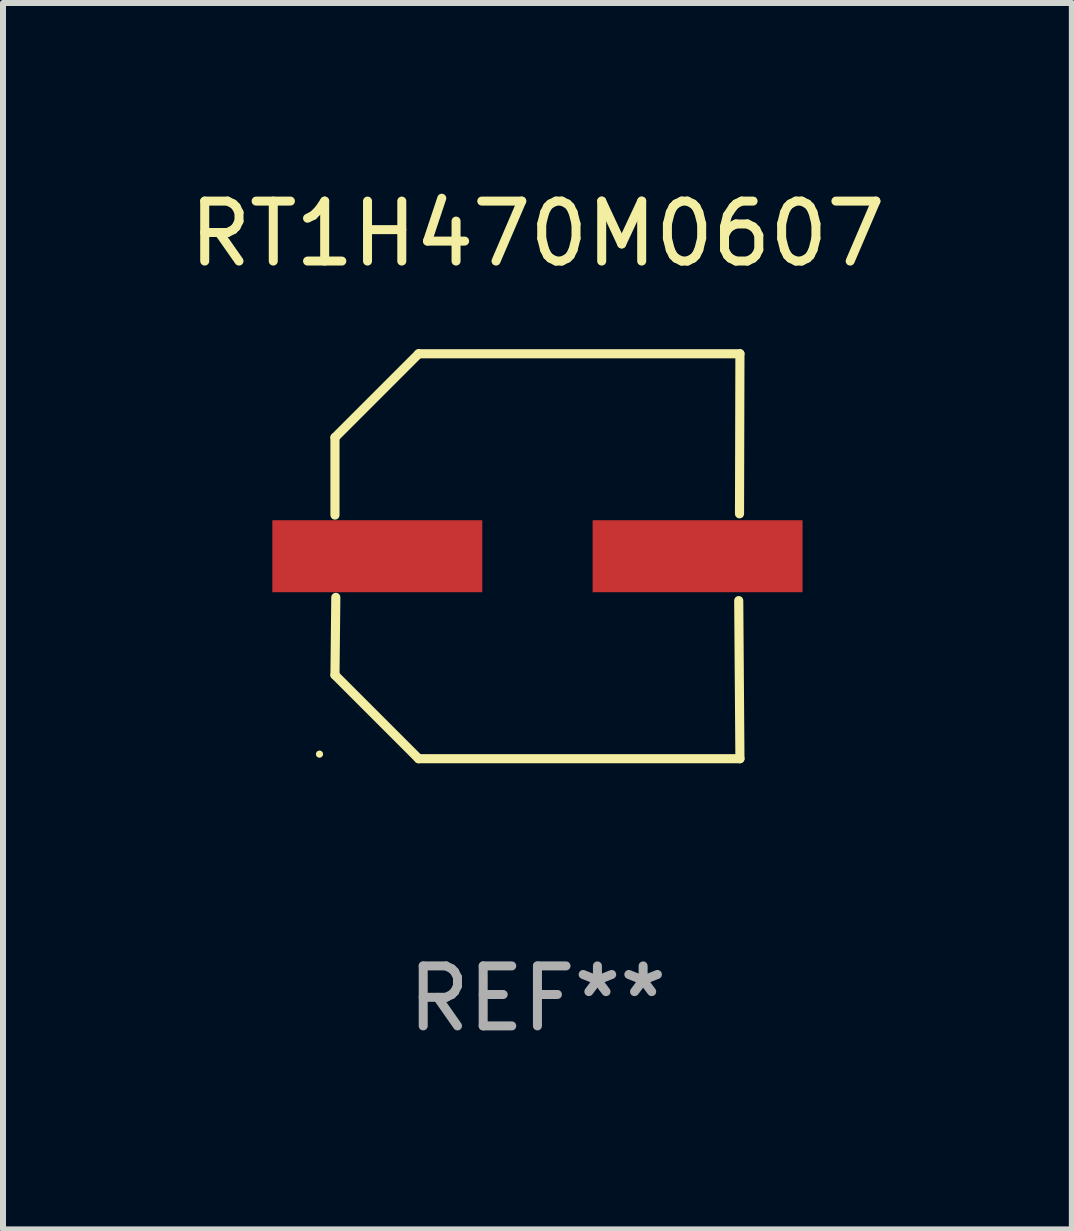
<source format=kicad_pcb>
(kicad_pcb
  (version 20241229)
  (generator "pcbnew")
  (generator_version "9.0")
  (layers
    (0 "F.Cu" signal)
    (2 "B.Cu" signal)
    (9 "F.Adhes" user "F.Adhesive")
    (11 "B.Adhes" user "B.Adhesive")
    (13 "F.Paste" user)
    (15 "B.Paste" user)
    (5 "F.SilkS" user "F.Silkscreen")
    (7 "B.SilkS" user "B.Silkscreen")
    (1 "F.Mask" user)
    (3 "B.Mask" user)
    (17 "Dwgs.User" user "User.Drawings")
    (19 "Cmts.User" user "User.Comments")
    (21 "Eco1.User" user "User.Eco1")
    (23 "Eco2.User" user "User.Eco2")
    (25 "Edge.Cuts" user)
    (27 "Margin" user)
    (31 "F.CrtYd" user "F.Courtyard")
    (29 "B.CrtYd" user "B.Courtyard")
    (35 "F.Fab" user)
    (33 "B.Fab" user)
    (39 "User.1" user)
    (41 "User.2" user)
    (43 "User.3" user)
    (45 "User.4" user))
  (footprint "RT1H470M0607"
    (layer "F.Cu")
    (at 5.911 6.224)
    (property "Reference" "RT1H470M0607" (at 0 -5.376 0) (layer "F.SilkS") (effects (font (size 1 1) (thickness 0.15))))
    (attr through_hole)
    (fp_line (start -3.376 -1.98) (end -3.376 -0.686) (stroke (width 0.152) (type solid)) (layer "F.SilkS"))
    (fp_line (start -3.376 1.981) (end -3.362 0.686) (stroke (width 0.152) (type solid)) (layer "F.SilkS"))
    (fp_line (start -1.981 3.376) (end -3.376 1.981) (stroke (width 0.152) (type solid)) (layer "F.SilkS"))
    (fp_line (start -1.98 -3.376) (end -3.376 -1.98) (stroke (width 0.152) (type solid)) (layer "F.SilkS"))
    (fp_line (start 3.356 0.74) (end 3.376 3.376) (stroke (width 0.152) (type solid)) (layer "F.SilkS"))
    (fp_line (start 3.369 -0.707) (end 3.376 -3.376) (stroke (width 0.152) (type solid)) (layer "F.SilkS"))
    (fp_line (start 3.376 3.376) (end -1.981 3.376) (stroke (width 0.152) (type solid)) (layer "F.SilkS"))
    (fp_line (start 3.376 -3.376) (end -1.98 -3.376) (stroke (width 0.152) (type solid)) (layer "F.SilkS"))
    (fp_circle (center -3.634 3.3) (end -3.604 3.3) (stroke (width 0.06) (type solid)) (fill no) (layer "F.SilkS"))
    (fp_text user "REF**" (at 0 7.376 0) (layer "F.Fab") (effects (font (size 1 1) (thickness 0.15))))
    (pad "1" smd rect (at -2.67 0.000254) (size 3.5 1.2) (layers "F.Cu" "F.Mask" "F.Paste"))
    (pad "2" smd rect (at 2.67 0.000254) (size 3.5 1.2) (layers "F.Cu" "F.Mask" "F.Paste")))
  (gr_rect
    (start -3 -3)
    (end 14.821 17.448)
    (stroke (width 0.1) (type default))
    (fill no)
    (layer "Edge.Cuts")))
</source>
